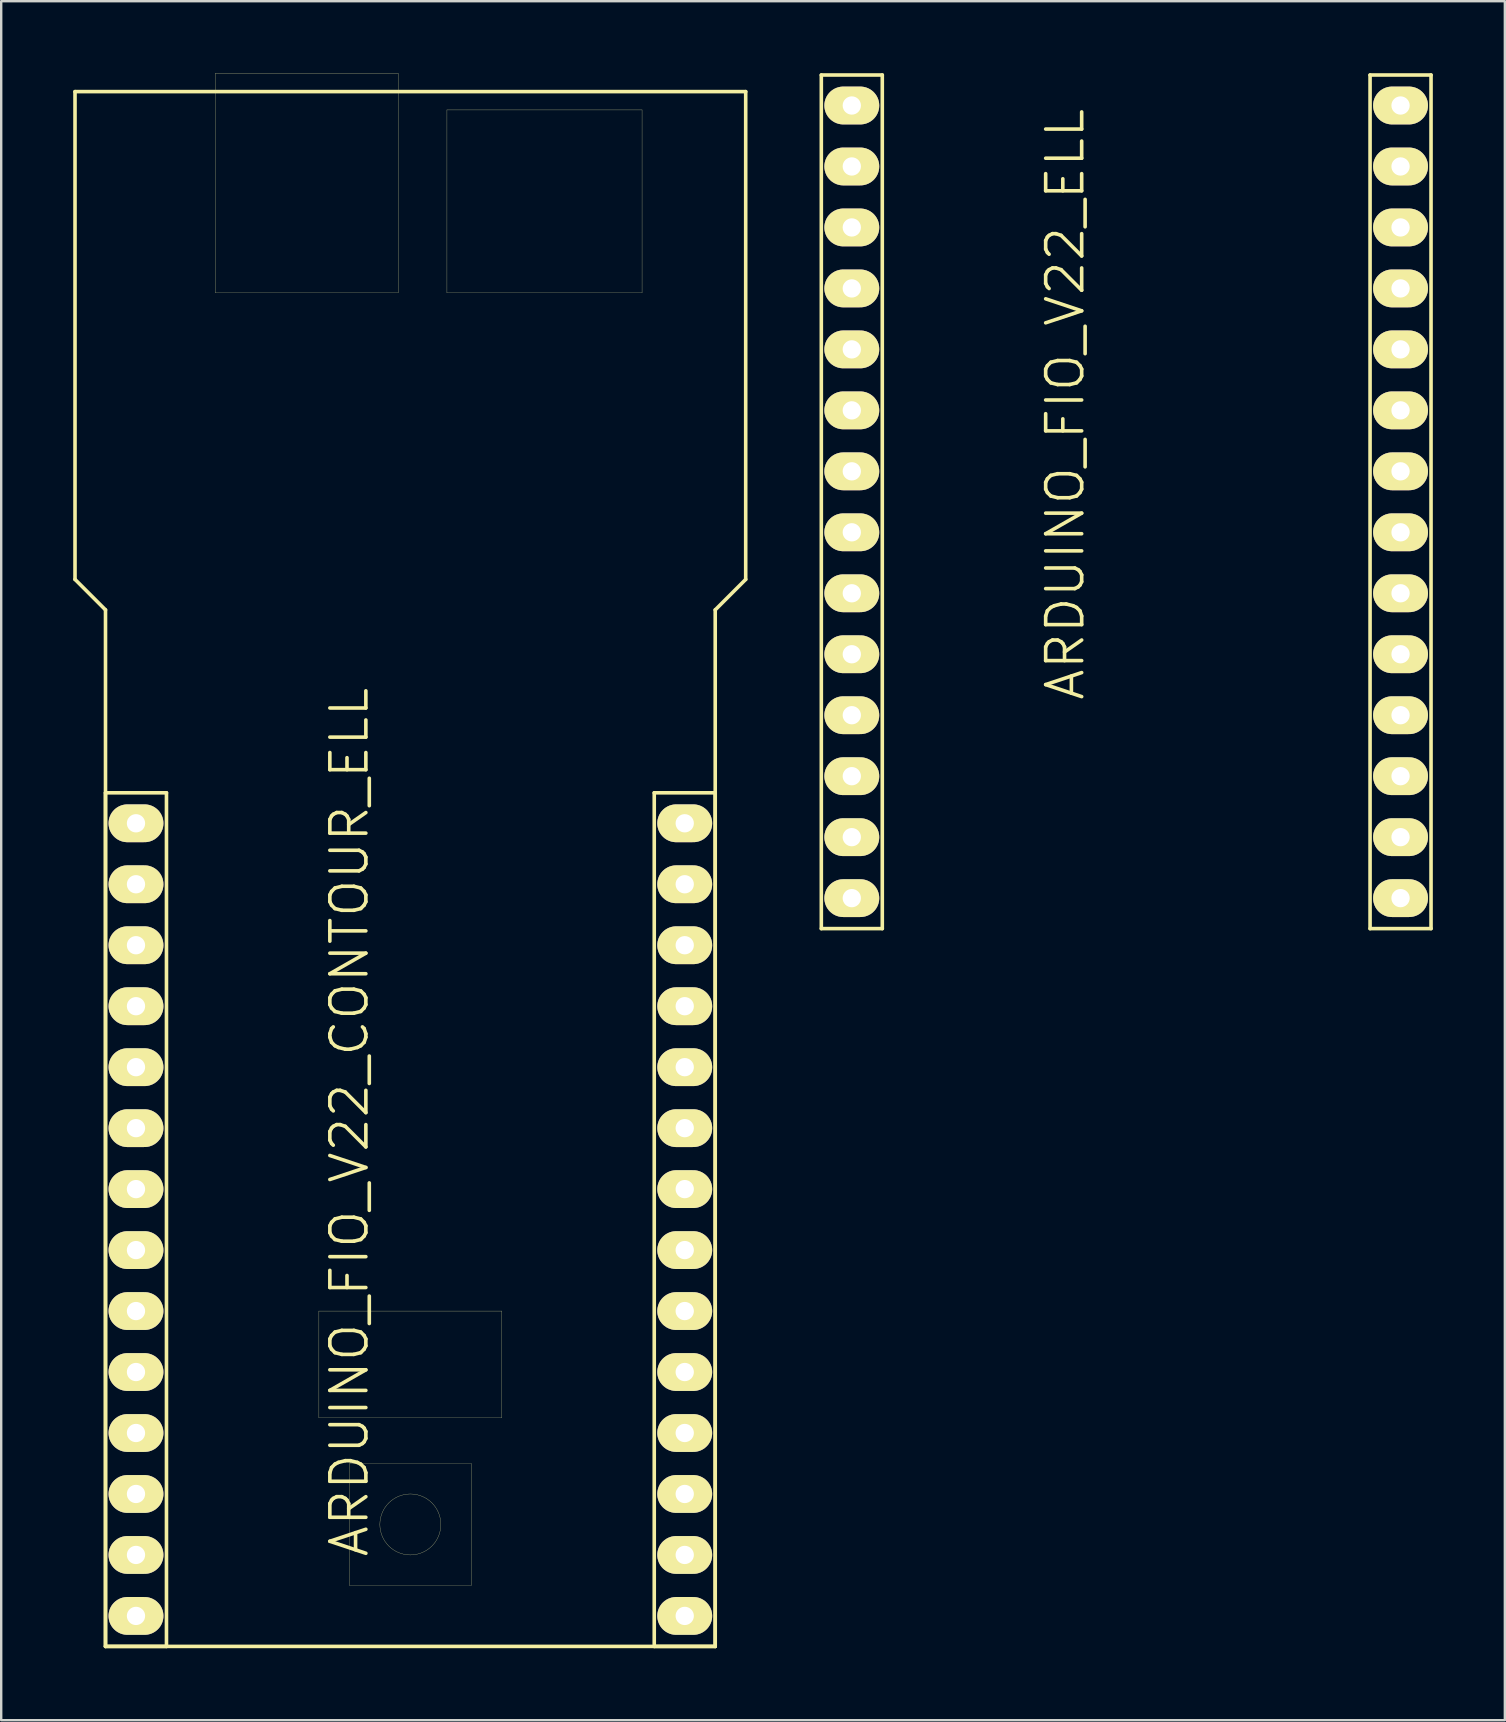
<source format=kicad_pcb>
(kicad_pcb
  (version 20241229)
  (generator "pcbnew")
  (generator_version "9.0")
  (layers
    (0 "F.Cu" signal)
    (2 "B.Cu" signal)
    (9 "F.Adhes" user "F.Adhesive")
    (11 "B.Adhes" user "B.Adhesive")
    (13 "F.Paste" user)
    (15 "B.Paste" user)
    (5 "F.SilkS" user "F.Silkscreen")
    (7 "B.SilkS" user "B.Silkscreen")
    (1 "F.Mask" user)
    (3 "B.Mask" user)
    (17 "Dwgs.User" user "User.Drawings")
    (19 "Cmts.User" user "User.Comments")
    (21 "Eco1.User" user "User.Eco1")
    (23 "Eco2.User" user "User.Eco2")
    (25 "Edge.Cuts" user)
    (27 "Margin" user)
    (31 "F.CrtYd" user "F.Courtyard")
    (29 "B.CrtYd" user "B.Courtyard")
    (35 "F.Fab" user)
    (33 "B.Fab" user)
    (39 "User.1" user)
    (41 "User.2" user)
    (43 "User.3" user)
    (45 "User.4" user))
  (footprint "ARDUINO_FIO_V22_ELL"
    (layer "F.Cu")
    (at 43.865 17.855)
    (property "Reference" "ARDUINO_FIO_V22_ELL" (at -2.54 -4.064 90) (layer "F.SilkS") (effects (font (size 1.5 1.5) (thickness 0.15))))
    (attr through_hole)
    (fp_line (start -12.7 -17.78) (end -10.16 -17.78) (stroke (width 0.15) (type solid)) (layer "F.SilkS"))
    (fp_line (start -12.7 17.78) (end -12.7 -17.78) (stroke (width 0.15) (type solid)) (layer "F.SilkS"))
    (fp_line (start -10.16 -17.78) (end -10.16 17.78) (stroke (width 0.15) (type solid)) (layer "F.SilkS"))
    (fp_line (start -10.16 17.78) (end -12.7 17.78) (stroke (width 0.15) (type solid)) (layer "F.SilkS"))
    (fp_line (start 10.16 -17.78) (end 12.7 -17.78) (stroke (width 0.15) (type solid)) (layer "F.SilkS"))
    (fp_line (start 10.16 17.78) (end 10.16 -17.78) (stroke (width 0.15) (type solid)) (layer "F.SilkS"))
    (fp_line (start 12.7 -17.78) (end 12.7 17.78) (stroke (width 0.15) (type solid)) (layer "F.SilkS"))
    (fp_line (start 12.7 17.78) (end 10.16 17.78) (stroke (width 0.15) (type solid)) (layer "F.SilkS"))
    (pad "2" thru_hole oval (at -11.43 -11.43) (size 2.286 1.575) (drill 0.762) (layers "*.Cu" "*.Mask" "F.SilkS"))
    (pad "3" thru_hole oval (at -11.43 -8.89) (size 2.286 1.575) (drill 0.762) (layers "*.Cu" "*.Mask" "F.SilkS"))
    (pad "3V31" thru_hole oval (at -11.43 -16.51) (size 2.286 1.575) (drill 0.762) (layers "*.Cu" "*.Mask" "F.SilkS"))
    (pad "3V32" thru_hole oval (at 11.43 -11.43) (size 2.286 1.575) (drill 0.762) (layers "*.Cu" "*.Mask" "F.SilkS"))
    (pad "4" thru_hole oval (at -11.43 -6.35) (size 2.286 1.575) (drill 0.762) (layers "*.Cu" "*.Mask" "F.SilkS"))
    (pad "5" thru_hole oval (at -11.43 -3.81) (size 2.286 1.575) (drill 0.762) (layers "*.Cu" "*.Mask" "F.SilkS"))
    (pad "6" thru_hole oval (at -11.43 -1.27) (size 2.286 1.575) (drill 0.762) (layers "*.Cu" "*.Mask" "F.SilkS"))
    (pad "7" thru_hole oval (at -11.43 1.27) (size 2.286 1.575) (drill 0.762) (layers "*.Cu" "*.Mask" "F.SilkS"))
    (pad "8" thru_hole oval (at -11.43 3.81) (size 2.286 1.575) (drill 0.762) (layers "*.Cu" "*.Mask" "F.SilkS"))
    (pad "9" thru_hole oval (at -11.43 6.35) (size 2.286 1.575) (drill 0.762) (layers "*.Cu" "*.Mask" "F.SilkS"))
    (pad "10" thru_hole oval (at -11.43 8.89) (size 2.286 1.575) (drill 0.762) (layers "*.Cu" "*.Mask" "F.SilkS"))
    (pad "11" thru_hole oval (at -11.43 11.43) (size 2.286 1.575) (drill 0.762) (layers "*.Cu" "*.Mask" "F.SilkS"))
    (pad "12" thru_hole oval (at -11.43 13.97) (size 2.286 1.575) (drill 0.762) (layers "*.Cu" "*.Mask" "F.SilkS"))
    (pad "13" thru_hole oval (at -11.43 16.51) (size 2.286 1.575) (drill 0.762) (layers "*.Cu" "*.Mask" "F.SilkS"))
    (pad "A0" thru_hole oval (at 11.43 -1.27) (size 2.286 1.575) (drill 0.762) (layers "*.Cu" "*.Mask" "F.SilkS"))
    (pad "A1" thru_hole oval (at 11.43 1.27) (size 2.286 1.575) (drill 0.762) (layers "*.Cu" "*.Mask" "F.SilkS"))
    (pad "A2" thru_hole oval (at 11.43 3.81) (size 2.286 1.575) (drill 0.762) (layers "*.Cu" "*.Mask" "F.SilkS"))
    (pad "A3" thru_hole oval (at 11.43 6.35) (size 2.286 1.575) (drill 0.762) (layers "*.Cu" "*.Mask" "F.SilkS"))
    (pad "A4" thru_hole oval (at 11.43 8.89) (size 2.286 1.575) (drill 0.762) (layers "*.Cu" "*.Mask" "F.SilkS"))
    (pad "A5" thru_hole oval (at 11.43 11.43) (size 2.286 1.575) (drill 0.762) (layers "*.Cu" "*.Mask" "F.SilkS"))
    (pad "A6" thru_hole oval (at 11.43 13.97) (size 2.286 1.575) (drill 0.762) (layers "*.Cu" "*.Mask" "F.SilkS"))
    (pad "A7" thru_hole oval (at 11.43 16.51) (size 2.286 1.575) (drill 0.762) (layers "*.Cu" "*.Mask" "F.SilkS"))
    (pad "AREF" thru_hole oval (at 11.43 -13.97) (size 2.286 1.575) (drill 0.762) (layers "*.Cu" "*.Mask" "F.SilkS"))
    (pad "DTR" thru_hole oval (at 11.43 -3.81) (size 2.286 1.575) (drill 0.762) (layers "*.Cu" "*.Mask" "F.SilkS"))
    (pad "GND1" thru_hole oval (at -11.43 -13.97) (size 2.286 1.575) (drill 0.762) (layers "*.Cu" "*.Mask" "F.SilkS"))
    (pad "GND2" thru_hole oval (at 11.43 -16.51) (size 2.286 1.575) (drill 0.762) (layers "*.Cu" "*.Mask" "F.SilkS"))
    (pad "RX" thru_hole oval (at 11.43 -8.89) (size 2.286 1.575) (drill 0.762) (layers "*.Cu" "*.Mask" "F.SilkS"))
    (pad "TX" thru_hole oval (at 11.43 -6.35) (size 2.286 1.575) (drill 0.762) (layers "*.Cu" "*.Mask" "F.SilkS")))
  (footprint "ARDUINO_FIO_V22_CONTOUR_ELL"
    (layer "F.Cu")
    (at 14.045 47.757)
    (property "Reference" "ARDUINO_FIO_V22_CONTOUR_ELL" (at -2.54 -4.064 90) (layer "F.SilkS") (effects (font (size 1.5 1.5) (thickness 0.15))))
    (attr through_hole)
    (fp_line (start -13.97 -46.99) (end -13.97 -26.67) (stroke (width 0.15) (type solid)) (layer "F.SilkS"))
    (fp_line (start -13.97 -26.67) (end -12.7 -25.4) (stroke (width 0.15) (type solid)) (layer "F.SilkS"))
    (fp_line (start -12.7 -25.4) (end -12.7 17.78) (stroke (width 0.15) (type solid)) (layer "F.SilkS"))
    (fp_line (start -12.7 -17.78) (end -10.16 -17.78) (stroke (width 0.15) (type solid)) (layer "F.SilkS"))
    (fp_line (start -12.7 17.78) (end -12.7 -17.78) (stroke (width 0.15) (type solid)) (layer "F.SilkS"))
    (fp_line (start -12.7 17.78) (end 12.7 17.78) (stroke (width 0.15) (type solid)) (layer "F.SilkS"))
    (fp_line (start -10.16 -17.78) (end -10.16 17.78) (stroke (width 0.15) (type solid)) (layer "F.SilkS"))
    (fp_line (start -10.16 17.78) (end -12.7 17.78) (stroke (width 0.15) (type solid)) (layer "F.SilkS"))
    (fp_line (start -8.128 -47.752) (end -0.508 -47.752) (stroke (width 0.01) (type solid)) (layer "F.SilkS"))
    (fp_line (start -8.128 -38.608) (end -8.128 -47.752) (stroke (width 0.01) (type solid)) (layer "F.SilkS"))
    (fp_line (start -3.81 8.255) (end -3.81 3.81) (stroke (width 0.01) (type solid)) (layer "F.SilkS"))
    (fp_line (start -2.54 10.16) (end -2.54 15.24) (stroke (width 0.01) (type solid)) (layer "F.SilkS"))
    (fp_line (start -2.54 15.24) (end 2.54 15.24) (stroke (width 0.01) (type solid)) (layer "F.SilkS"))
    (fp_line (start -0.508 -47.752) (end -0.508 -38.608) (stroke (width 0.01) (type solid)) (layer "F.SilkS"))
    (fp_line (start -0.508 -38.608) (end -8.128 -38.608) (stroke (width 0.01) (type solid)) (layer "F.SilkS"))
    (fp_line (start 1.524 -46.228) (end 1.524 -38.608) (stroke (width 0.01) (type solid)) (layer "F.SilkS"))
    (fp_line (start 1.524 -38.608) (end 9.652 -38.608) (stroke (width 0.01) (type solid)) (layer "F.SilkS"))
    (fp_line (start 2.54 10.16) (end -2.54 10.16) (stroke (width 0.01) (type solid)) (layer "F.SilkS"))
    (fp_line (start 2.54 15.24) (end 2.54 10.16) (stroke (width 0.01) (type solid)) (layer "F.SilkS"))
    (fp_line (start 3.81 3.81) (end -3.81 3.81) (stroke (width 0.01) (type solid)) (layer "F.SilkS"))
    (fp_line (start 3.81 3.81) (end 3.81 8.255) (stroke (width 0.01) (type solid)) (layer "F.SilkS"))
    (fp_line (start 3.81 8.255) (end -3.81 8.255) (stroke (width 0.01) (type solid)) (layer "F.SilkS"))
    (fp_line (start 9.652 -46.228) (end 1.524 -46.228) (stroke (width 0.01) (type solid)) (layer "F.SilkS"))
    (fp_line (start 9.652 -38.608) (end 9.652 -46.228) (stroke (width 0.01) (type solid)) (layer "F.SilkS"))
    (fp_line (start 10.16 -17.78) (end 12.7 -17.78) (stroke (width 0.15) (type solid)) (layer "F.SilkS"))
    (fp_line (start 10.16 17.78) (end 10.16 -17.78) (stroke (width 0.15) (type solid)) (layer "F.SilkS"))
    (fp_line (start 12.7 -25.4) (end 13.97 -26.67) (stroke (width 0.15) (type solid)) (layer "F.SilkS"))
    (fp_line (start 12.7 -17.78) (end 12.7 17.78) (stroke (width 0.15) (type solid)) (layer "F.SilkS"))
    (fp_line (start 12.7 17.78) (end 10.16 17.78) (stroke (width 0.15) (type solid)) (layer "F.SilkS"))
    (fp_line (start 12.7 17.78) (end 12.7 -25.4) (stroke (width 0.15) (type solid)) (layer "F.SilkS"))
    (fp_line (start 13.97 -46.99) (end -13.97 -46.99) (stroke (width 0.15) (type solid)) (layer "F.SilkS"))
    (fp_line (start 13.97 -26.67) (end 13.97 -46.99) (stroke (width 0.15) (type solid)) (layer "F.SilkS"))
    (fp_circle (center 0 12.7) (end -1.27 12.7) (stroke (width 0.01) (type solid)) (fill no) (layer "F.SilkS"))
    (pad "2" thru_hole oval (at -11.43 -11.43) (size 2.286 1.575) (drill 0.762) (layers "*.Cu" "*.Mask" "F.SilkS"))
    (pad "3" thru_hole oval (at -11.43 -8.89) (size 2.286 1.575) (drill 0.762) (layers "*.Cu" "*.Mask" "F.SilkS"))
    (pad "3V31" thru_hole oval (at -11.43 -16.51) (size 2.286 1.575) (drill 0.762) (layers "*.Cu" "*.Mask" "F.SilkS"))
    (pad "3V32" thru_hole oval (at 11.43 -11.43) (size 2.286 1.575) (drill 0.762) (layers "*.Cu" "*.Mask" "F.SilkS"))
    (pad "4" thru_hole oval (at -11.43 -6.35) (size 2.286 1.575) (drill 0.762) (layers "*.Cu" "*.Mask" "F.SilkS"))
    (pad "5" thru_hole oval (at -11.43 -3.81) (size 2.286 1.575) (drill 0.762) (layers "*.Cu" "*.Mask" "F.SilkS"))
    (pad "6" thru_hole oval (at -11.43 -1.27) (size 2.286 1.575) (drill 0.762) (layers "*.Cu" "*.Mask" "F.SilkS"))
    (pad "7" thru_hole oval (at -11.43 1.27) (size 2.286 1.575) (drill 0.762) (layers "*.Cu" "*.Mask" "F.SilkS"))
    (pad "8" thru_hole oval (at -11.43 3.81) (size 2.286 1.575) (drill 0.762) (layers "*.Cu" "*.Mask" "F.SilkS"))
    (pad "9" thru_hole oval (at -11.43 6.35) (size 2.286 1.575) (drill 0.762) (layers "*.Cu" "*.Mask" "F.SilkS"))
    (pad "10" thru_hole oval (at -11.43 8.89) (size 2.286 1.575) (drill 0.762) (layers "*.Cu" "*.Mask" "F.SilkS"))
    (pad "11" thru_hole oval (at -11.43 11.43) (size 2.286 1.575) (drill 0.762) (layers "*.Cu" "*.Mask" "F.SilkS"))
    (pad "12" thru_hole oval (at -11.43 13.97) (size 2.286 1.575) (drill 0.762) (layers "*.Cu" "*.Mask" "F.SilkS"))
    (pad "13" thru_hole oval (at -11.43 16.51) (size 2.286 1.575) (drill 0.762) (layers "*.Cu" "*.Mask" "F.SilkS"))
    (pad "A0" thru_hole oval (at 11.43 -1.27) (size 2.286 1.575) (drill 0.762) (layers "*.Cu" "*.Mask" "F.SilkS"))
    (pad "A1" thru_hole oval (at 11.43 1.27) (size 2.286 1.575) (drill 0.762) (layers "*.Cu" "*.Mask" "F.SilkS"))
    (pad "A2" thru_hole oval (at 11.43 3.81) (size 2.286 1.575) (drill 0.762) (layers "*.Cu" "*.Mask" "F.SilkS"))
    (pad "A3" thru_hole oval (at 11.43 6.35) (size 2.286 1.575) (drill 0.762) (layers "*.Cu" "*.Mask" "F.SilkS"))
    (pad "A4" thru_hole oval (at 11.43 8.89) (size 2.286 1.575) (drill 0.762) (layers "*.Cu" "*.Mask" "F.SilkS"))
    (pad "A5" thru_hole oval (at 11.43 11.43) (size 2.286 1.575) (drill 0.762) (layers "*.Cu" "*.Mask" "F.SilkS"))
    (pad "A6" thru_hole oval (at 11.43 13.97) (size 2.286 1.575) (drill 0.762) (layers "*.Cu" "*.Mask" "F.SilkS"))
    (pad "A7" thru_hole oval (at 11.43 16.51) (size 2.286 1.575) (drill 0.762) (layers "*.Cu" "*.Mask" "F.SilkS"))
    (pad "AREF" thru_hole oval (at 11.43 -13.97) (size 2.286 1.575) (drill 0.762) (layers "*.Cu" "*.Mask" "F.SilkS"))
    (pad "DTR" thru_hole oval (at 11.43 -3.81) (size 2.286 1.575) (drill 0.762) (layers "*.Cu" "*.Mask" "F.SilkS"))
    (pad "GND1" thru_hole oval (at -11.43 -13.97) (size 2.286 1.575) (drill 0.762) (layers "*.Cu" "*.Mask" "F.SilkS"))
    (pad "GND2" thru_hole oval (at 11.43 -16.51) (size 2.286 1.575) (drill 0.762) (layers "*.Cu" "*.Mask" "F.SilkS"))
    (pad "RX" thru_hole oval (at 11.43 -8.89) (size 2.286 1.575) (drill 0.762) (layers "*.Cu" "*.Mask" "F.SilkS"))
    (pad "TX" thru_hole oval (at 11.43 -6.35) (size 2.286 1.575) (drill 0.762) (layers "*.Cu" "*.Mask" "F.SilkS")))
  (gr_rect
    (start -3 -3)
    (end 59.64 68.612)
    (stroke (width 0.1) (type default))
    (fill no)
    (layer "Edge.Cuts")))
</source>
